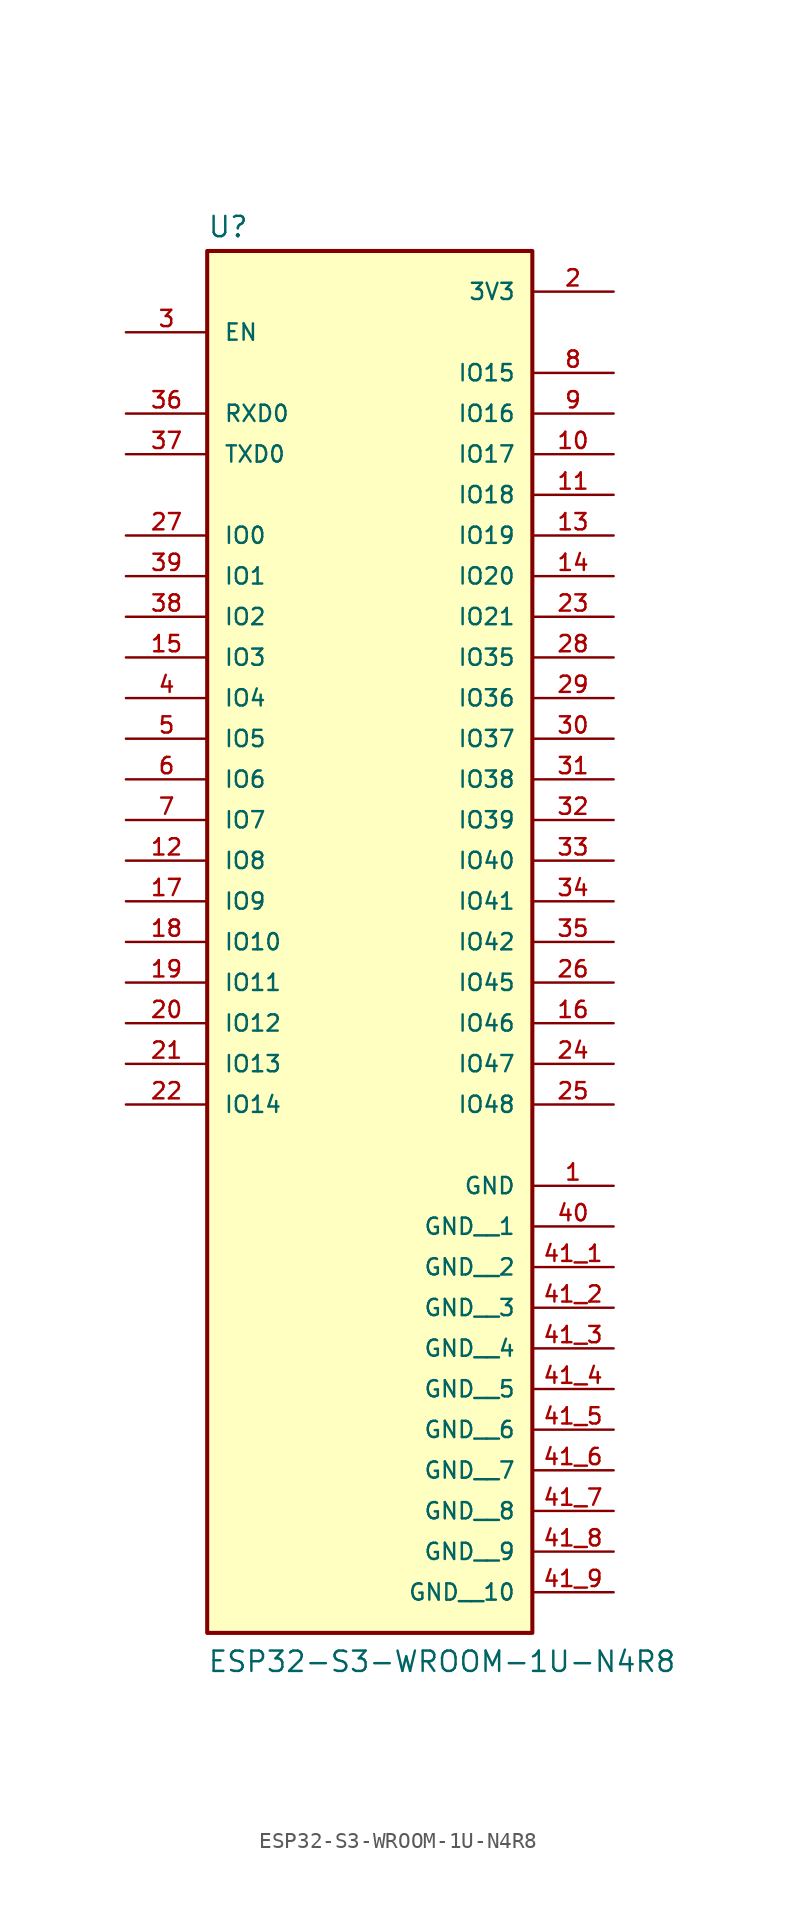
<source format=kicad_sym>
(kicad_symbol_lib
  (version 20211014)
  (generator kicad_symbol_editor)
  (symbol "ESP32-S3-WROOM-1U-N4R8"
    (pin_names
      (offset 1.016))
    (property "Reference" "U"
      (at -10.16 31.242 0)
      (effects (font (size 1.27 1.27)) (justify bottom left)))
    (property "Value" "ESP32-S3-WROOM-1U-N4R8"
      (at -10.16 -58.42 0)
      (effects (font (size 1.27 1.27)) (justify bottom left)))
    (symbol "ESP32-S3-WROOM-1U-N4R8_0_0"
      (rectangle (start -10.16 -55.88) (end 10.16 30.48) (stroke (width 0.254)) (fill (type background)))
      (pin power_in line (at 15.24 -27.94 180.0) (length 5.08) (name "GND" (effects (font (size 1.016 1.016)))) (number "1" (effects (font (size 1.016 1.016)))))
      (pin power_in line (at 15.24 27.94 180.0) (length 5.08) (name "3V3" (effects (font (size 1.016 1.016)))) (number "2" (effects (font (size 1.016 1.016)))))
      (pin input line (at -15.24 25.4 0) (length 5.08) (name "EN" (effects (font (size 1.016 1.016)))) (number "3" (effects (font (size 1.016 1.016)))))
      (pin bidirectional line (at 15.24 5.08 180.0) (length 5.08) (name "IO35" (effects (font (size 1.016 1.016)))) (number "28" (effects (font (size 1.016 1.016)))))
      (pin bidirectional line (at 15.24 -22.86 180.0) (length 5.08) (name "IO48" (effects (font (size 1.016 1.016)))) (number "25" (effects (font (size 1.016 1.016)))))
      (pin bidirectional line (at 15.24 -10.16 180.0) (length 5.08) (name "IO41" (effects (font (size 1.016 1.016)))) (number "34" (effects (font (size 1.016 1.016)))))
      (pin bidirectional line (at 15.24 -5.08 180.0) (length 5.08) (name "IO39" (effects (font (size 1.016 1.016)))) (number "32" (effects (font (size 1.016 1.016)))))
      (pin bidirectional line (at 15.24 -20.32 180.0) (length 5.08) (name "IO47" (effects (font (size 1.016 1.016)))) (number "24" (effects (font (size 1.016 1.016)))))
      (pin bidirectional line (at 15.24 -7.62 180.0) (length 5.08) (name "IO40" (effects (font (size 1.016 1.016)))) (number "33" (effects (font (size 1.016 1.016)))))
      (pin bidirectional line (at -15.24 -22.86 0) (length 5.08) (name "IO14" (effects (font (size 1.016 1.016)))) (number "22" (effects (font (size 1.016 1.016)))))
      (pin bidirectional line (at -15.24 -17.78 0) (length 5.08) (name "IO12" (effects (font (size 1.016 1.016)))) (number "20" (effects (font (size 1.016 1.016)))))
      (pin bidirectional line (at -15.24 -20.32 0) (length 5.08) (name "IO13" (effects (font (size 1.016 1.016)))) (number "21" (effects (font (size 1.016 1.016)))))
      (pin bidirectional line (at 15.24 22.86 180.0) (length 5.08) (name "IO15" (effects (font (size 1.016 1.016)))) (number "8" (effects (font (size 1.016 1.016)))))
      (pin bidirectional line (at -15.24 7.62 0) (length 5.08) (name "IO2" (effects (font (size 1.016 1.016)))) (number "38" (effects (font (size 1.016 1.016)))))
      (pin bidirectional line (at -15.24 12.7 0) (length 5.08) (name "IO0" (effects (font (size 1.016 1.016)))) (number "27" (effects (font (size 1.016 1.016)))))
      (pin bidirectional line (at -15.24 2.54 0) (length 5.08) (name "IO4" (effects (font (size 1.016 1.016)))) (number "4" (effects (font (size 1.016 1.016)))))
      (pin bidirectional line (at 15.24 20.32 180.0) (length 5.08) (name "IO16" (effects (font (size 1.016 1.016)))) (number "9" (effects (font (size 1.016 1.016)))))
      (pin bidirectional line (at 15.24 17.78 180.0) (length 5.08) (name "IO17" (effects (font (size 1.016 1.016)))) (number "10" (effects (font (size 1.016 1.016)))))
      (pin bidirectional line (at -15.24 0.0 0) (length 5.08) (name "IO5" (effects (font (size 1.016 1.016)))) (number "5" (effects (font (size 1.016 1.016)))))
      (pin bidirectional line (at 15.24 15.24 180.0) (length 5.08) (name "IO18" (effects (font (size 1.016 1.016)))) (number "11" (effects (font (size 1.016 1.016)))))
      (pin bidirectional line (at 15.24 12.7 180.0) (length 5.08) (name "IO19" (effects (font (size 1.016 1.016)))) (number "13" (effects (font (size 1.016 1.016)))))
      (pin bidirectional line (at 15.24 7.62 180.0) (length 5.08) (name "IO21" (effects (font (size 1.016 1.016)))) (number "23" (effects (font (size 1.016 1.016)))))
      (pin bidirectional line (at 15.24 0.0 180.0) (length 5.08) (name "IO37" (effects (font (size 1.016 1.016)))) (number "30" (effects (font (size 1.016 1.016)))))
      (pin bidirectional line (at 15.24 -2.54 180.0) (length 5.08) (name "IO38" (effects (font (size 1.016 1.016)))) (number "31" (effects (font (size 1.016 1.016)))))
      (pin bidirectional line (at -15.24 10.16 0) (length 5.08) (name "IO1" (effects (font (size 1.016 1.016)))) (number "39" (effects (font (size 1.016 1.016)))))
      (pin bidirectional line (at -15.24 5.08 0) (length 5.08) (name "IO3" (effects (font (size 1.016 1.016)))) (number "15" (effects (font (size 1.016 1.016)))))
      (pin bidirectional line (at -15.24 -2.54 0) (length 5.08) (name "IO6" (effects (font (size 1.016 1.016)))) (number "6" (effects (font (size 1.016 1.016)))))
      (pin bidirectional line (at -15.24 -5.08 0) (length 5.08) (name "IO7" (effects (font (size 1.016 1.016)))) (number "7" (effects (font (size 1.016 1.016)))))
      (pin bidirectional line (at -15.24 -7.62 0) (length 5.08) (name "IO8" (effects (font (size 1.016 1.016)))) (number "12" (effects (font (size 1.016 1.016)))))
      (pin bidirectional line (at -15.24 -10.16 0) (length 5.08) (name "IO9" (effects (font (size 1.016 1.016)))) (number "17" (effects (font (size 1.016 1.016)))))
      (pin bidirectional line (at -15.24 -12.7 0) (length 5.08) (name "IO10" (effects (font (size 1.016 1.016)))) (number "18" (effects (font (size 1.016 1.016)))))
      (pin bidirectional line (at -15.24 -15.24 0) (length 5.08) (name "IO11" (effects (font (size 1.016 1.016)))) (number "19" (effects (font (size 1.016 1.016)))))
      (pin bidirectional line (at 15.24 2.54 180.0) (length 5.08) (name "IO36" (effects (font (size 1.016 1.016)))) (number "29" (effects (font (size 1.016 1.016)))))
      (pin bidirectional line (at 15.24 -12.7 180.0) (length 5.08) (name "IO42" (effects (font (size 1.016 1.016)))) (number "35" (effects (font (size 1.016 1.016)))))
      (pin bidirectional line (at 15.24 10.16 180.0) (length 5.08) (name "IO20" (effects (font (size 1.016 1.016)))) (number "14" (effects (font (size 1.016 1.016)))))
      (pin bidirectional line (at -15.24 17.78 0) (length 5.08) (name "TXD0" (effects (font (size 1.016 1.016)))) (number "37" (effects (font (size 1.016 1.016)))))
      (pin bidirectional line (at -15.24 20.32 0) (length 5.08) (name "RXD0" (effects (font (size 1.016 1.016)))) (number "36" (effects (font (size 1.016 1.016)))))
      (pin bidirectional line (at 15.24 -15.24 180.0) (length 5.08) (name "IO45" (effects (font (size 1.016 1.016)))) (number "26" (effects (font (size 1.016 1.016)))))
      (pin bidirectional line (at 15.24 -17.78 180.0) (length 5.08) (name "IO46" (effects (font (size 1.016 1.016)))) (number "16" (effects (font (size 1.016 1.016)))))
      (pin power_in line (at 15.24 -30.48 180.0) (length 5.08) (name "GND__1" (effects (font (size 1.016 1.016)))) (number "40" (effects (font (size 1.016 1.016)))))
      (pin power_in line (at 15.24 -33.02 180.0) (length 5.08) (name "GND__2" (effects (font (size 1.016 1.016)))) (number "41_1" (effects (font (size 1.016 1.016)))))
      (pin power_in line (at 15.24 -35.56 180.0) (length 5.08) (name "GND__3" (effects (font (size 1.016 1.016)))) (number "41_2" (effects (font (size 1.016 1.016)))))
      (pin power_in line (at 15.24 -38.1 180.0) (length 5.08) (name "GND__4" (effects (font (size 1.016 1.016)))) (number "41_3" (effects (font (size 1.016 1.016)))))
      (pin power_in line (at 15.24 -40.64 180.0) (length 5.08) (name "GND__5" (effects (font (size 1.016 1.016)))) (number "41_4" (effects (font (size 1.016 1.016)))))
      (pin power_in line (at 15.24 -43.18 180.0) (length 5.08) (name "GND__6" (effects (font (size 1.016 1.016)))) (number "41_5" (effects (font (size 1.016 1.016)))))
      (pin power_in line (at 15.24 -45.72 180.0) (length 5.08) (name "GND__7" (effects (font (size 1.016 1.016)))) (number "41_6" (effects (font (size 1.016 1.016)))))
      (pin power_in line (at 15.24 -48.26 180.0) (length 5.08) (name "GND__8" (effects (font (size 1.016 1.016)))) (number "41_7" (effects (font (size 1.016 1.016)))))
      (pin power_in line (at 15.24 -50.8 180.0) (length 5.08) (name "GND__9" (effects (font (size 1.016 1.016)))) (number "41_8" (effects (font (size 1.016 1.016)))))
      (pin power_in line (at 15.24 -53.34 180.0) (length 5.08) (name "GND__10" (effects (font (size 1.016 1.016)))) (number "41_9" (effects (font (size 1.016 1.016))))))))
</source>
